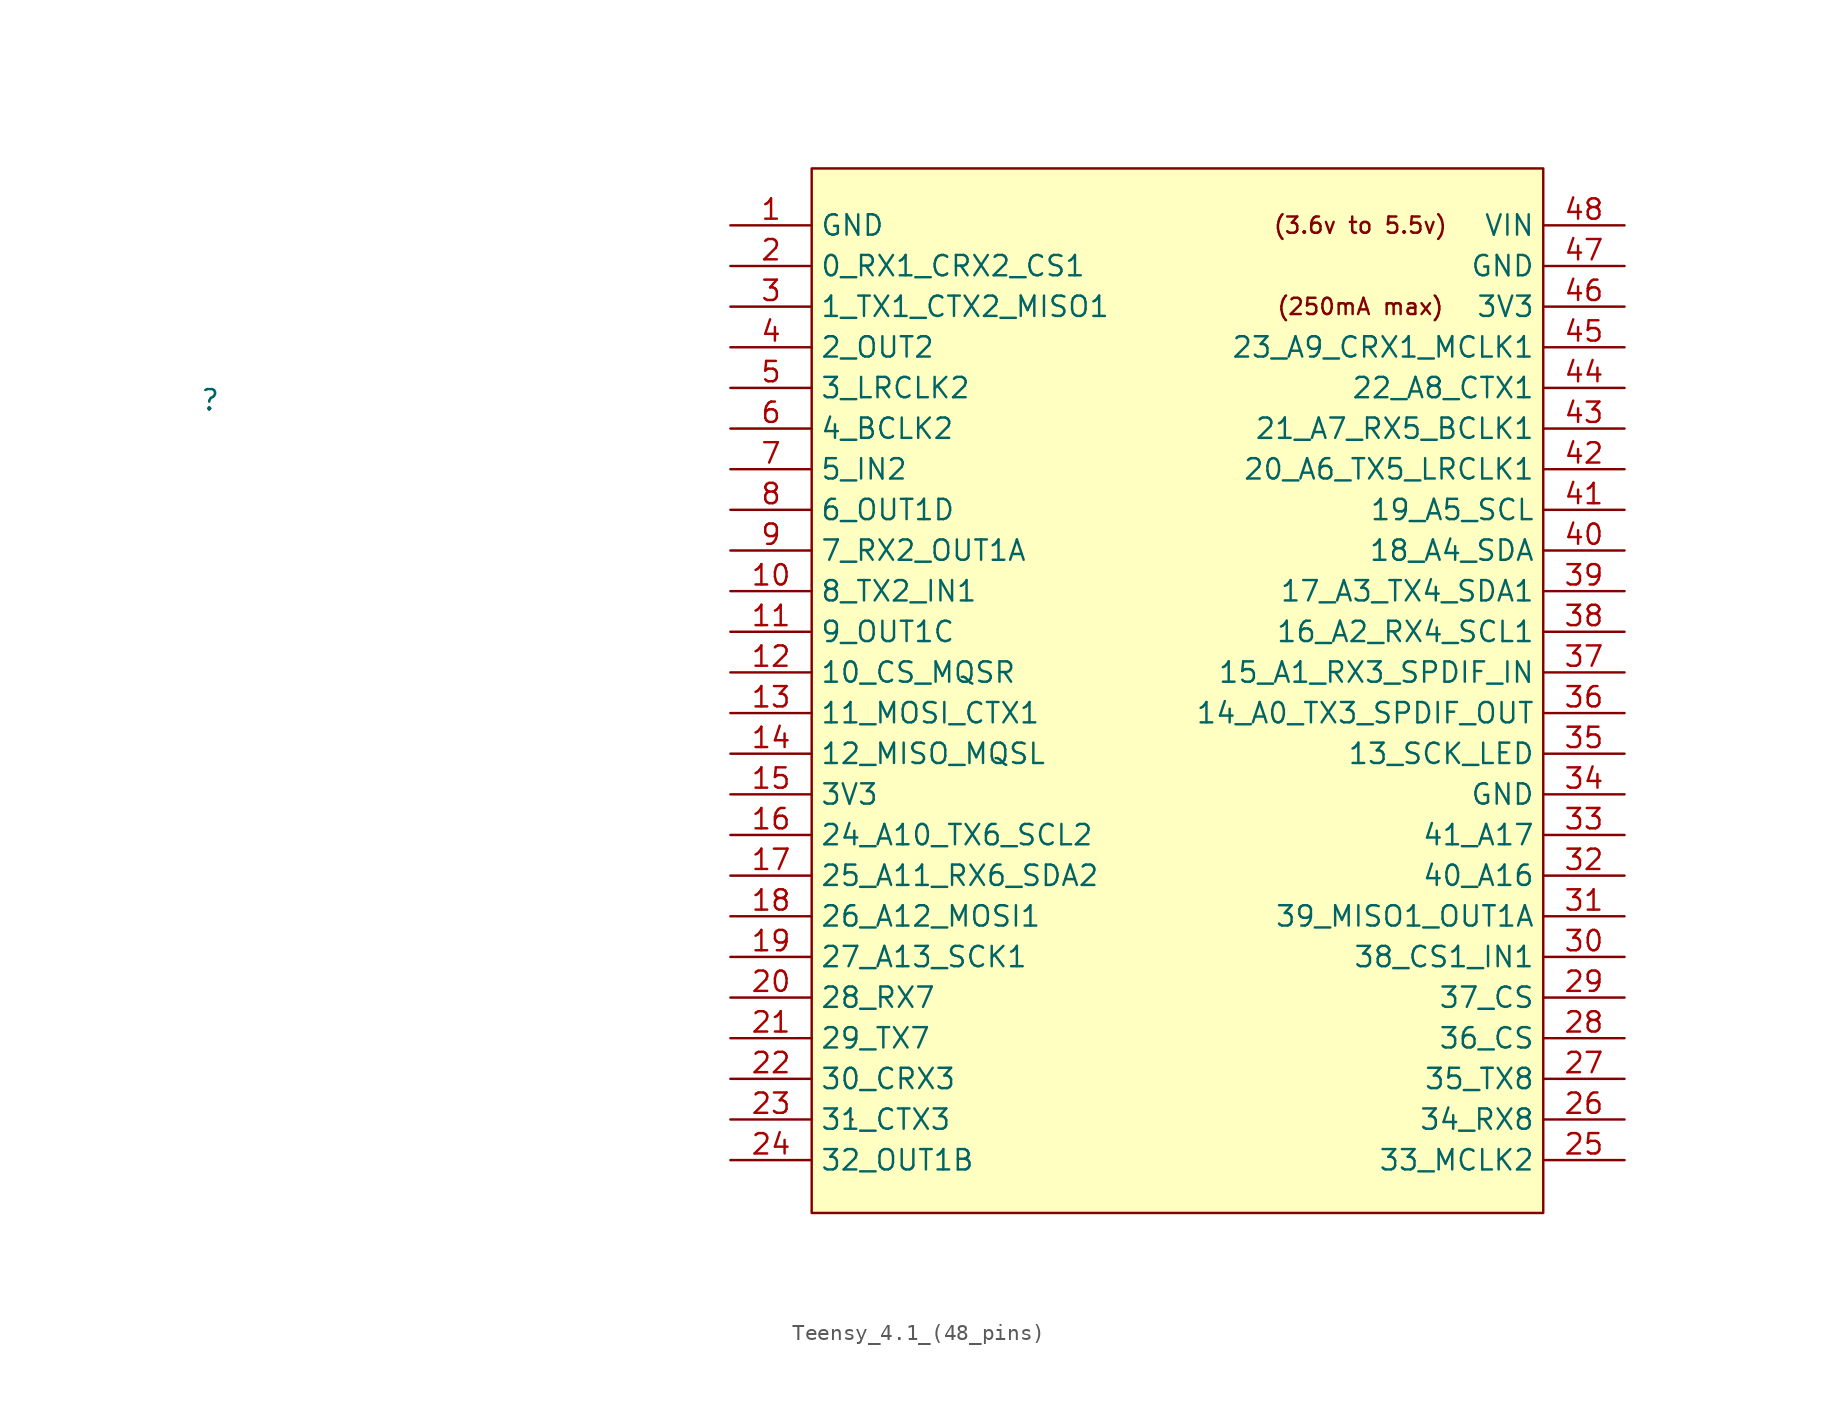
<source format=kicad_sym>
(kicad_symbol_lib
  (version 20231120)
  (generator "kicad_symbol_editor")
  (generator_version "8.0")
  (symbol "Teensy_4.1_(48_pins)"
    (property "Reference" ""
      (at -60.452 19.558 0)
      (effects (font (size 1.27 1.27))))
    (property "Value" ""
      (at 3.81 -6.35 0)
      (effects (font (size 1.27 1.27))))
    (symbol "Teensy_4.1_(48_pins)_0_0"
      (text "(250mA max)" (at 11.43 25.4 0) (effects (font (size 1.016 1.016))))
      (text "(3.6v to 5.5v)" (at 11.43 30.48 0) (effects (font (size 1.016 1.016))))
      (pin bidirectional line (at -27.94 7.62 0) (length 5.08) (name "8_TX2_IN1" (effects (font (size 1.27 1.27)))) (number "10" (effects (font (size 1.27 1.27)))))
      (pin bidirectional line (at -27.94 5.08 0) (length 5.08) (name "9_OUT1C" (effects (font (size 1.27 1.27)))) (number "11" (effects (font (size 1.27 1.27)))))
      (pin bidirectional line (at -27.94 2.54 0) (length 5.08) (name "10_CS_MQSR" (effects (font (size 1.27 1.27)))) (number "12" (effects (font (size 1.27 1.27)))))
      (pin bidirectional line (at -27.94 0 0) (length 5.08) (name "11_MOSI_CTX1" (effects (font (size 1.27 1.27)))) (number "13" (effects (font (size 1.27 1.27)))))
      (pin bidirectional line (at -27.94 -2.54 0) (length 5.08) (name "12_MISO_MQSL" (effects (font (size 1.27 1.27)))) (number "14" (effects (font (size 1.27 1.27)))))
      (pin power_in line (at -27.94 -5.08 0) (length 5.08) (name "3V3" (effects (font (size 1.27 1.27)))) (number "15" (effects (font (size 1.27 1.27)))))
      (pin bidirectional line (at -27.94 -7.62 0) (length 5.08) (name "24_A10_TX6_SCL2" (effects (font (size 1.27 1.27)))) (number "16" (effects (font (size 1.27 1.27)))))
      (pin bidirectional line (at -27.94 -10.16 0) (length 5.08) (name "25_A11_RX6_SDA2" (effects (font (size 1.27 1.27)))) (number "17" (effects (font (size 1.27 1.27)))))
      (pin bidirectional line (at -27.94 -12.7 0) (length 5.08) (name "26_A12_MOSI1" (effects (font (size 1.27 1.27)))) (number "18" (effects (font (size 1.27 1.27)))))
      (pin bidirectional line (at -27.94 -15.24 0) (length 5.08) (name "27_A13_SCK1" (effects (font (size 1.27 1.27)))) (number "19" (effects (font (size 1.27 1.27)))))
      (pin bidirectional line (at -27.94 -17.78 0) (length 5.08) (name "28_RX7" (effects (font (size 1.27 1.27)))) (number "20" (effects (font (size 1.27 1.27)))))
      (pin bidirectional line (at -27.94 -20.32 0) (length 5.08) (name "29_TX7" (effects (font (size 1.27 1.27)))) (number "21" (effects (font (size 1.27 1.27)))))
      (pin bidirectional line (at -27.94 -22.86 0) (length 5.08) (name "30_CRX3" (effects (font (size 1.27 1.27)))) (number "22" (effects (font (size 1.27 1.27)))))
      (pin bidirectional line (at -27.94 -25.4 0) (length 5.08) (name "31_CTX3" (effects (font (size 1.27 1.27)))) (number "23" (effects (font (size 1.27 1.27)))))
      (pin bidirectional line (at -27.94 -27.94 0) (length 5.08) (name "32_OUT1B" (effects (font (size 1.27 1.27)))) (number "24" (effects (font (size 1.27 1.27)))))
      (pin bidirectional line (at 27.94 -27.94 180) (length 5.08) (name "33_MCLK2" (effects (font (size 1.27 1.27)))) (number "25" (effects (font (size 1.27 1.27)))))
      (pin bidirectional line (at 27.94 -25.4 180) (length 5.08) (name "34_RX8" (effects (font (size 1.27 1.27)))) (number "26" (effects (font (size 1.27 1.27)))))
      (pin bidirectional line (at 27.94 -22.86 180) (length 5.08) (name "35_TX8" (effects (font (size 1.27 1.27)))) (number "27" (effects (font (size 1.27 1.27)))))
      (pin bidirectional line (at 27.94 -20.32 180) (length 5.08) (name "36_CS" (effects (font (size 1.27 1.27)))) (number "28" (effects (font (size 1.27 1.27)))))
      (pin bidirectional line (at 27.94 -17.78 180) (length 5.08) (name "37_CS" (effects (font (size 1.27 1.27)))) (number "29" (effects (font (size 1.27 1.27)))))
      (pin bidirectional line (at 27.94 -15.24 180) (length 5.08) (name "38_CS1_IN1" (effects (font (size 1.27 1.27)))) (number "30" (effects (font (size 1.27 1.27)))))
      (pin bidirectional line (at 27.94 -12.7 180) (length 5.08) (name "39_MISO1_OUT1A" (effects (font (size 1.27 1.27)))) (number "31" (effects (font (size 1.27 1.27)))))
      (pin bidirectional line (at 27.94 -10.16 180) (length 5.08) (name "40_A16" (effects (font (size 1.27 1.27)))) (number "32" (effects (font (size 1.27 1.27)))))
      (pin bidirectional line (at 27.94 -7.62 180) (length 5.08) (name "41_A17" (effects (font (size 1.27 1.27)))) (number "33" (effects (font (size 1.27 1.27)))))
      (pin bidirectional line (at 27.94 -2.54 180) (length 5.08) (name "13_SCK_LED" (effects (font (size 1.27 1.27)))) (number "35" (effects (font (size 1.27 1.27)))))
      (pin bidirectional line (at 27.94 0 180) (length 5.08) (name "14_A0_TX3_SPDIF_OUT" (effects (font (size 1.27 1.27)))) (number "36" (effects (font (size 1.27 1.27)))))
      (pin bidirectional line (at 27.94 2.54 180) (length 5.08) (name "15_A1_RX3_SPDIF_IN" (effects (font (size 1.27 1.27)))) (number "37" (effects (font (size 1.27 1.27)))))
      (pin bidirectional line (at 27.94 5.08 180) (length 5.08) (name "16_A2_RX4_SCL1" (effects (font (size 1.27 1.27)))) (number "38" (effects (font (size 1.27 1.27)))))
      (pin bidirectional line (at 27.94 7.62 180) (length 5.08) (name "17_A3_TX4_SDA1" (effects (font (size 1.27 1.27)))) (number "39" (effects (font (size 1.27 1.27)))))
      (pin bidirectional line (at 27.94 10.16 180) (length 5.08) (name "18_A4_SDA" (effects (font (size 1.27 1.27)))) (number "40" (effects (font (size 1.27 1.27)))))
      (pin bidirectional line (at 27.94 12.7 180) (length 5.08) (name "19_A5_SCL" (effects (font (size 1.27 1.27)))) (number "41" (effects (font (size 1.27 1.27)))))
      (pin bidirectional line (at 27.94 15.24 180) (length 5.08) (name "20_A6_TX5_LRCLK1" (effects (font (size 1.27 1.27)))) (number "42" (effects (font (size 1.27 1.27)))))
      (pin bidirectional line (at 27.94 17.78 180) (length 5.08) (name "21_A7_RX5_BCLK1" (effects (font (size 1.27 1.27)))) (number "43" (effects (font (size 1.27 1.27)))))
      (pin bidirectional line (at 27.94 20.32 180) (length 5.08) (name "22_A8_CTX1" (effects (font (size 1.27 1.27)))) (number "44" (effects (font (size 1.27 1.27)))))
      (pin bidirectional line (at 27.94 22.86 180) (length 5.08) (name "23_A9_CRX1_MCLK1" (effects (font (size 1.27 1.27)))) (number "45" (effects (font (size 1.27 1.27)))))
      (pin output line (at 27.94 25.4 180) (length 5.08) (name "3V3" (effects (font (size 1.27 1.27)))) (number "46" (effects (font (size 1.27 1.27)))))
      (pin output line (at 27.94 27.94 180) (length 5.08) (name "GND" (effects (font (size 1.27 1.27)))) (number "47" (effects (font (size 1.27 1.27)))))
      (pin power_in line (at 27.94 30.48 180) (length 5.08) (name "VIN" (effects (font (size 1.27 1.27)))) (number "48" (effects (font (size 1.27 1.27)))))
      (pin bidirectional line (at -27.94 20.32 0) (length 5.08) (name "3_LRCLK2" (effects (font (size 1.27 1.27)))) (number "5" (effects (font (size 1.27 1.27)))))
      (pin bidirectional line (at -27.94 17.78 0) (length 5.08) (name "4_BCLK2" (effects (font (size 1.27 1.27)))) (number "6" (effects (font (size 1.27 1.27)))))
      (pin bidirectional line (at -27.94 15.24 0) (length 5.08) (name "5_IN2" (effects (font (size 1.27 1.27)))) (number "7" (effects (font (size 1.27 1.27)))))
      (pin bidirectional line (at -27.94 12.7 0) (length 5.08) (name "6_OUT1D" (effects (font (size 1.27 1.27)))) (number "8" (effects (font (size 1.27 1.27)))))
      (pin bidirectional line (at -27.94 10.16 0) (length 5.08) (name "7_RX2_OUT1A" (effects (font (size 1.27 1.27)))) (number "9" (effects (font (size 1.27 1.27))))))
    (symbol "Teensy_4.1_(48_pins)_0_1"
      (rectangle (start -22.86 34.036) (end 22.86 -31.242) (stroke (width 0) (type solid)) (fill (type background)))
      (rectangle (start -20.32 -25.4) (end -20.32 -25.4) (stroke (width 0) (type solid)) (fill (type none))))
    (symbol "Teensy_4.1_(48_pins)_1_1"
      (pin power_in line (at -27.94 30.48 0) (length 5.08) (name "GND" (effects (font (size 1.27 1.27)))) (number "1" (effects (font (size 1.27 1.27)))))
      (pin bidirectional line (at -27.94 27.94 0) (length 5.08) (name "0_RX1_CRX2_CS1" (effects (font (size 1.27 1.27)))) (number "2" (effects (font (size 1.27 1.27)))))
      (pin bidirectional line (at -27.94 25.4 0) (length 5.08) (name "1_TX1_CTX2_MISO1" (effects (font (size 1.27 1.27)))) (number "3" (effects (font (size 1.27 1.27)))))
      (pin power_in line (at 27.94 -5.08 180) (length 5.08) (name "GND" (effects (font (size 1.27 1.27)))) (number "34" (effects (font (size 1.27 1.27)))))
      (pin bidirectional line (at -27.94 22.86 0) (length 5.08) (name "2_OUT2" (effects (font (size 1.27 1.27)))) (number "4" (effects (font (size 1.27 1.27))))))))
</source>
